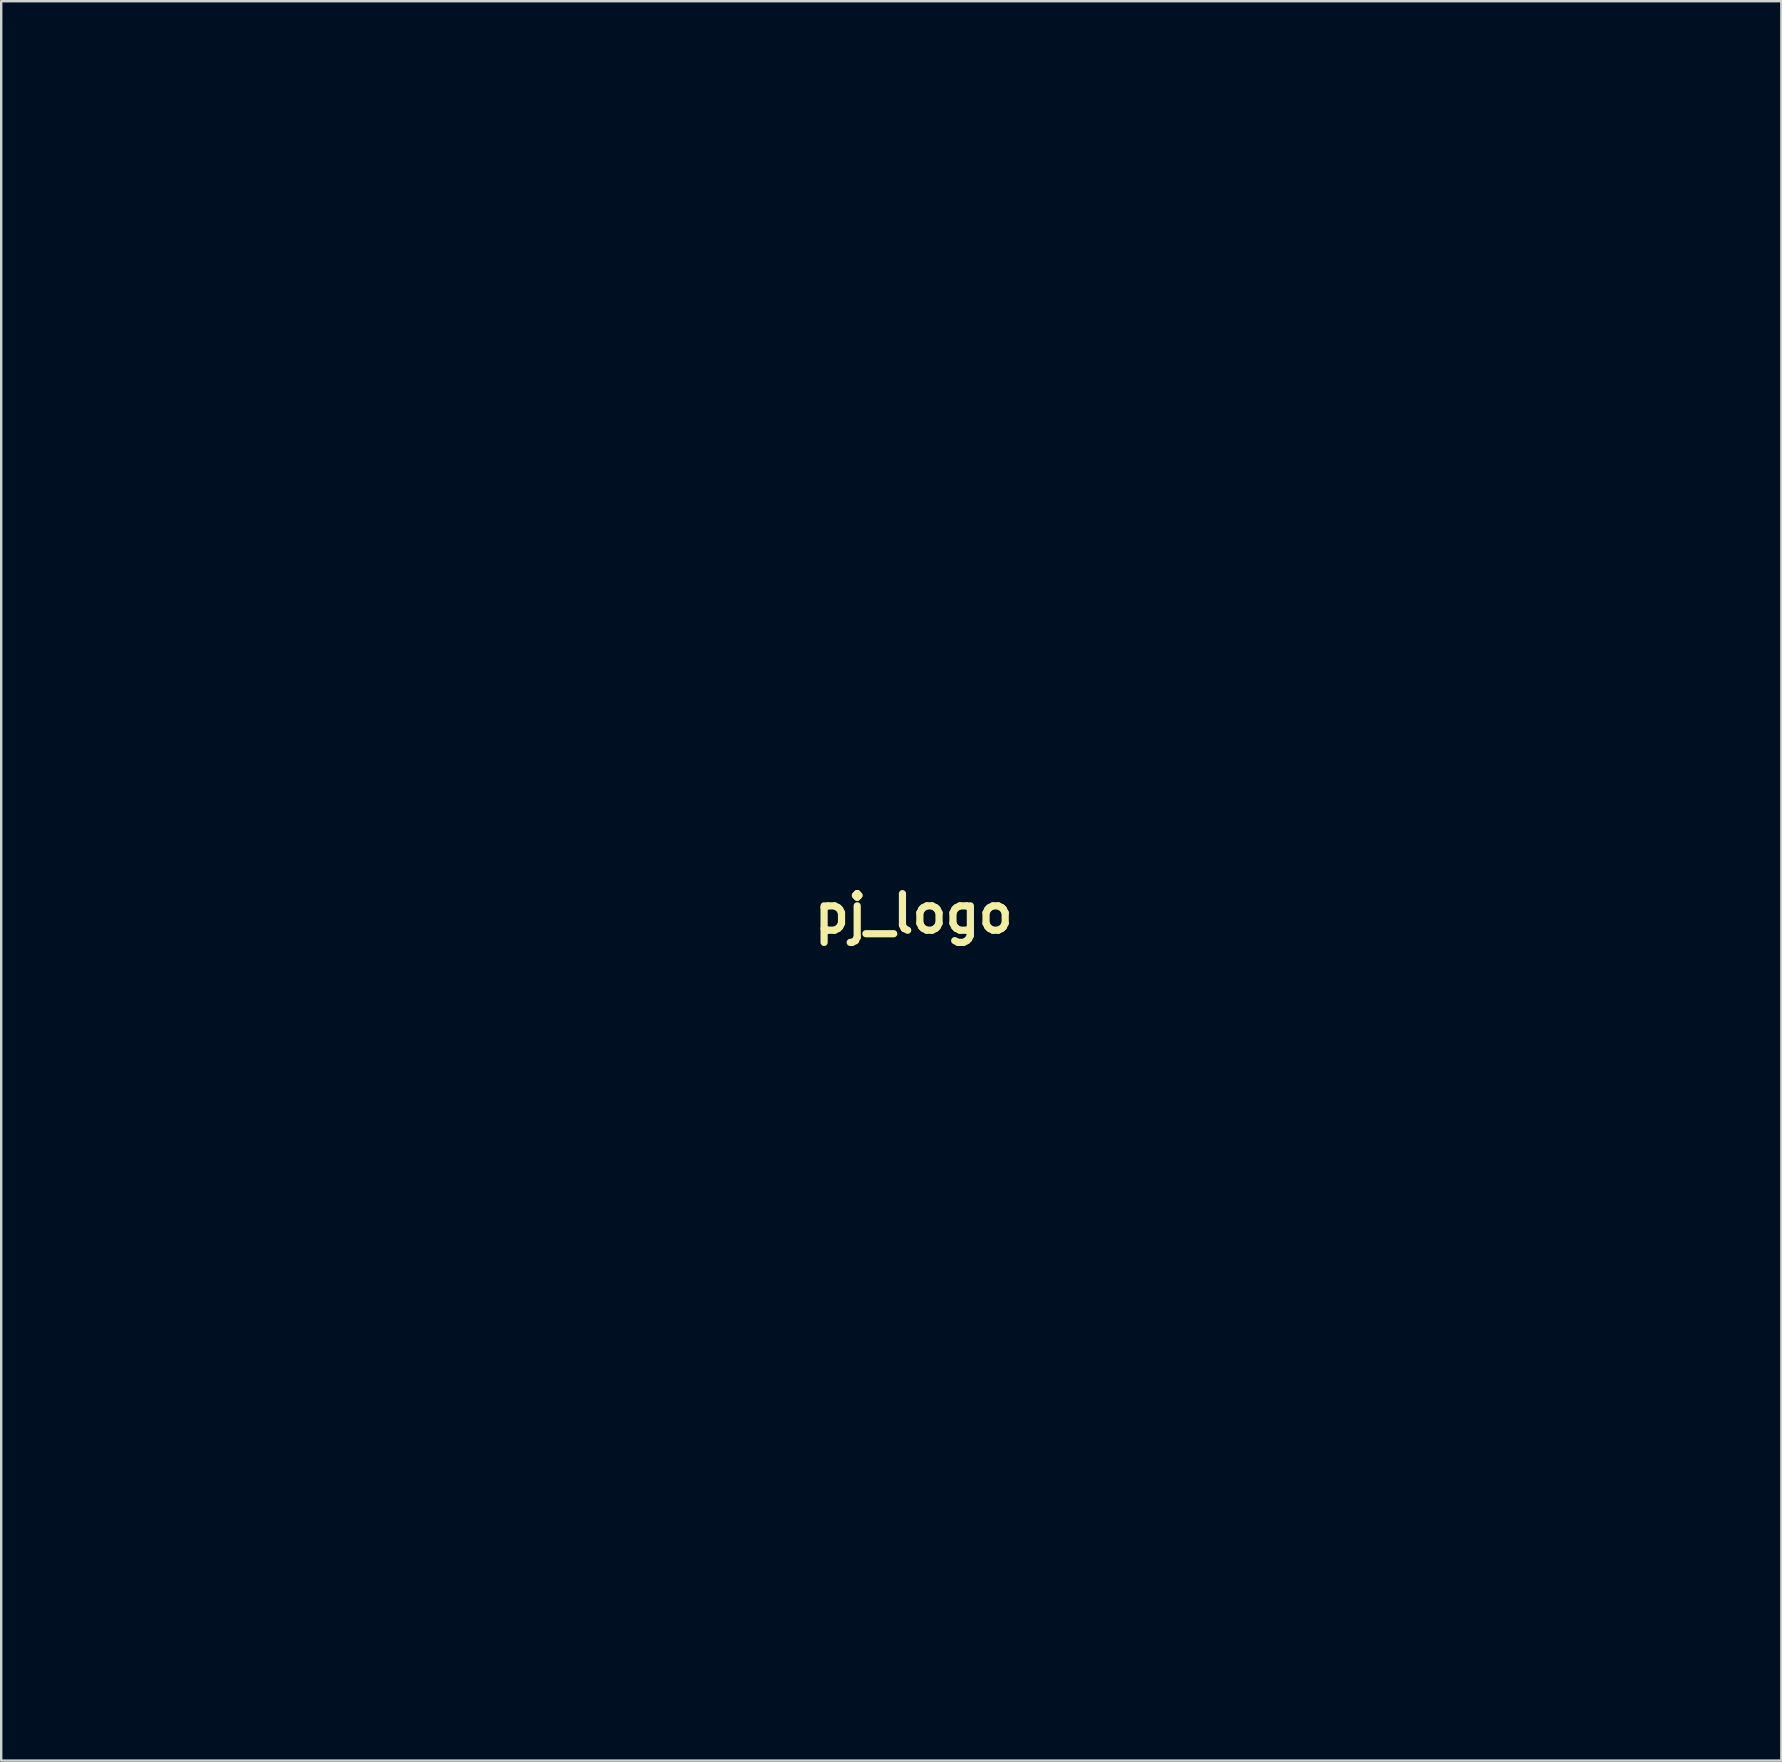
<source format=kicad_pcb>
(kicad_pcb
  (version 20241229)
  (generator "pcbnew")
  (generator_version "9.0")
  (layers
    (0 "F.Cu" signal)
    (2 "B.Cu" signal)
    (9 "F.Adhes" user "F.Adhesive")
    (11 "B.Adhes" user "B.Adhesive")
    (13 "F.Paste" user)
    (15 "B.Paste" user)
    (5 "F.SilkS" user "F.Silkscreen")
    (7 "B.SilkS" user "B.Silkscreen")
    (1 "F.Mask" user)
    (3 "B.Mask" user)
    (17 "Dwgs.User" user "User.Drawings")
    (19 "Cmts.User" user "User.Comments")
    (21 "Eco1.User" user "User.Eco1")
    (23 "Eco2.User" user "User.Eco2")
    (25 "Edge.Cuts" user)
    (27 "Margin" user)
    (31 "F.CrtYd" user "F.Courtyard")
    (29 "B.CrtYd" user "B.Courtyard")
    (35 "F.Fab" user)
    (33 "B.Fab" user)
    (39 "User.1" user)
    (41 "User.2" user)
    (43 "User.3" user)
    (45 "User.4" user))
  (footprint "pj_logo"
    (layer "F.Cu")
    (at 35.034 35.03)
    (property "Reference" "pj_logo" (at 0 0 0) (layer "F.SilkS") (effects (font (size 1.524 1.524) (thickness 0.3))))
    (attr through_hole)
    (fp_poly (pts (xy -23.705 -34.984) (xy -22.64 -34.875) (xy -21.546 -34.722) (xy -20.564 -34.546) (xy -19.839 -34.37) (xy -19.518 -34.225) (xy -19.21 -34.047) (xy -18.565 -33.767) (xy -18.047 -33.566) (xy -17.251 -33.221) (xy -16.669 -32.878) (xy -16.497 -32.711) (xy -16.156 -32.389) (xy -16.015 -32.352) (xy -15.645 -32.212) (xy -15.033 -31.86) (xy -14.763 -31.683) (xy -13.948 -31.25) (xy -13.18 -31.038) (xy -12.59 -31.061) (xy -12.307 -31.335) (xy -12.299 -31.416) (xy -12.428 -31.772) (xy -12.537 -31.817) (xy -12.771 -32.044) (xy -12.949 -32.508) (xy -13.126 -33.041) (xy -13.425 -33.54) (xy -13.963 -34.185) (xy -14.161 -34.405) (xy -14.294 -34.595) (xy -14.219 -34.711) (xy -13.857 -34.762) (xy -13.128 -34.758) (xy -11.954 -34.71) (xy -11.795 -34.702) (xy -10.631 -34.624) (xy -9.673 -34.517) (xy -9.044 -34.399) (xy -8.863 -34.317) (xy -8.533 -34.115) (xy -7.842 -33.836) (xy -7.018 -33.566) (xy -6.166 -33.281) (xy -5.563 -33.019) (xy -5.347 -32.844) (xy -5.135 -32.636) (xy -5.006 -32.619) (xy -4.602 -32.442) (xy -3.94 -31.973) (xy -3.124 -31.305) (xy -2.254 -30.532) (xy -1.434 -29.746) (xy -0.766 -29.04) (xy -0.352 -28.509) (xy -0.267 -28.301) (xy -0.106 -28.157) (xy -0.026 -28.191) (xy 0.214 -28.076) (xy 0.475 -27.595) (xy 0.495 -27.539) (xy 0.768 -26.983) (xy 1.045 -26.737) (xy 1.056 -26.737) (xy 1.308 -26.522) (xy 1.337 -26.355) (xy 1.513 -25.85) (xy 1.695 -25.615) (xy 2.09 -25.094) (xy 2.209 -24.86) (xy 2.337 -24.641) (xy 2.385 -24.932) (xy 2.666 -25.662) (xy 3.361 -26.296) (xy 4.349 -26.764) (xy 5.51 -26.992) (xy 5.833 -27.003) (xy 6.64 -26.939) (xy 7.554 -26.777) (xy 8.39 -26.562) (xy 8.965 -26.336) (xy 9.091 -26.239) (xy 9.394 -26.021) (xy 9.992 -25.681) (xy 10.227 -25.558) (xy 10.847 -25.194) (xy 11.199 -24.893) (xy 11.229 -24.823) (xy 10.985 -24.71) (xy 10.344 -24.628) (xy 9.444 -24.594) (xy 9.425 -24.594) (xy 8.075 -24.558) (xy 7.167 -24.438) (xy 6.611 -24.208) (xy 6.319 -23.841) (xy 6.257 -23.651) (xy 6.204 -23.029) (xy 6.257 -22.196) (xy 6.388 -21.326) (xy 6.568 -20.595) (xy 6.769 -20.176) (xy 6.823 -20.14) (xy 7.176 -20.245) (xy 7.728 -20.619) (xy 7.926 -20.786) (xy 9.206 -21.862) (xy 10.211 -22.561) (xy 11.004 -22.922) (xy 11.474 -22.994) (xy 12.084 -23.175) (xy 12.411 -23.411) (xy 12.956 -23.739) (xy 13.715 -23.972) (xy 13.773 -23.982) (xy 14.44 -24.143) (xy 14.838 -24.339) (xy 14.861 -24.367) (xy 15.212 -24.548) (xy 15.635 -24.598) (xy 16.157 -24.684) (xy 16.354 -24.83) (xy 16.653 -25.083) (xy 17.045 -25.249) (xy 17.504 -25.305) (xy 17.644 -25.011) (xy 17.646 -24.928) (xy 17.59 -24.252) (xy 17.446 -23.405) (xy 17.252 -22.546) (xy 17.045 -21.835) (xy 16.864 -21.43) (xy 16.807 -21.389) (xy 16.618 -21.166) (xy 16.577 -20.874) (xy 16.395 -20.261) (xy 16.176 -19.957) (xy 15.85 -19.552) (xy 15.775 -19.367) (xy 15.564 -18.993) (xy 15.045 -18.515) (xy 14.392 -18.066) (xy 13.776 -17.779) (xy 13.691 -17.757) (xy 12.79 -17.547) (xy 12.314 -17.384) (xy 12.164 -17.207) (xy 12.24 -16.956) (xy 12.278 -16.883) (xy 12.687 -16.432) (xy 13.281 -16.032) (xy 13.916 -15.671) (xy 14.344 -15.374) (xy 14.729 -15.054) (xy 15.349 -14.555) (xy 15.664 -14.304) (xy 16.49 -13.61) (xy 17.282 -12.879) (xy 17.937 -12.213) (xy 18.353 -11.714) (xy 18.448 -11.519) (xy 18.658 -11.262) (xy 19.117 -10.962) (xy 19.605 -10.59) (xy 19.785 -10.258) (xy 19.996 -9.87) (xy 20.32 -9.625) (xy 20.743 -9.298) (xy 20.855 -9.081) (xy 21.012 -8.737) (xy 21.37 -8.314) (xy 21.757 -7.986) (xy 22.004 -7.922) (xy 22.149 -7.795) (xy 22.298 -7.365) (xy 22.515 -6.858) (xy 22.738 -6.684) (xy 23.022 -6.463) (xy 23.261 -6.016) (xy 23.53 -5.52) (xy 23.76 -5.347) (xy 24.001 -5.121) (xy 24.173 -4.679) (xy 24.388 -4.178) (xy 24.603 -4.011) (xy 24.837 -3.795) (xy 24.865 -3.619) (xy 25.078 -3.193) (xy 25.4 -2.941) (xy 25.825 -2.576) (xy 25.935 -2.306) (xy 26.166 -2.017) (xy 26.746 -1.702) (xy 27.033 -1.595) (xy 27.74 -1.296) (xy 28.198 -0.98) (xy 28.264 -0.884) (xy 28.585 -0.563) (xy 28.722 -0.535) (xy 29.093 -0.368) (xy 29.689 0.058) (xy 30.097 0.401) (xy 30.725 0.929) (xy 31.197 1.268) (xy 31.349 1.337) (xy 31.535 1.55) (xy 31.549 1.678) (xy 31.736 2.097) (xy 32.084 2.478) (xy 32.498 3.081) (xy 32.619 3.607) (xy 32.71 4.111) (xy 32.886 4.278) (xy 33.026 4.523) (xy 33.122 5.174) (xy 33.154 6.016) (xy 33.116 6.924) (xy 33.016 7.546) (xy 32.886 7.754) (xy 32.683 7.982) (xy 32.619 8.403) (xy 32.482 9.057) (xy 32.27 9.406) (xy 31.871 9.965) (xy 31.731 10.26) (xy 31.525 10.569) (xy 31.125 10.66) (xy 30.417 10.582) (xy 29.69 10.427) (xy 29.219 10.255) (xy 29.151 10.2) (xy 28.839 9.973) (xy 28.222 9.64) (xy 27.94 9.505) (xy 27.232 9.137) (xy 26.739 8.804) (xy 26.652 8.717) (xy 26.553 8.708) (xy 26.622 9.091) (xy 26.844 9.651) (xy 27.036 9.906) (xy 27.226 10.247) (xy 27.389 10.886) (xy 27.404 10.975) (xy 27.457 11.488) (xy 27.413 11.61) (xy 27.386 11.564) (xy 27.021 11.297) (xy 26.629 11.229) (xy 25.819 11.111) (xy 24.817 10.809) (xy 23.84 10.406) (xy 23.105 9.982) (xy 22.956 9.855) (xy 22.439 9.476) (xy 22.071 9.358) (xy 21.598 9.153) (xy 21.47 9.001) (xy 21.121 8.692) (xy 20.455 8.278) (xy 19.919 7.999) (xy 19.142 7.589) (xy 18.571 7.223) (xy 18.388 7.054) (xy 18.02 6.748) (xy 17.401 6.426) (xy 17.385 6.419) (xy 16.831 6.127) (xy 16.578 5.868) (xy 16.577 5.853) (xy 16.355 5.611) (xy 15.804 5.303) (xy 15.641 5.231) (xy 15.037 4.919) (xy 14.719 4.637) (xy 14.705 4.588) (xy 14.48 4.336) (xy 14.098 4.184) (xy 13.42 3.881) (xy 12.962 3.551) (xy 12.089 2.834) (xy 11.329 2.454) (xy 10.468 2.345) (xy 9.358 2.432) (xy 8.473 2.489) (xy 7.347 2.488) (xy 6.104 2.438) (xy 4.869 2.349) (xy 3.766 2.23) (xy 2.918 2.091) (xy 2.451 1.941) (xy 2.409 1.904) (xy 2.1 1.734) (xy 1.426 1.479) (xy 0.602 1.215) (xy -0.251 0.931) (xy -0.853 0.675) (xy -1.069 0.508) (xy -1.277 0.244) (xy -1.785 -0.124) (xy -1.872 -0.176) (xy -2.411 -0.582) (xy -2.67 -0.946) (xy -2.674 -0.98) (xy -2.881 -1.37) (xy -3.142 -1.572) (xy -3.378 -1.793) (xy -3.521 -2.207) (xy -3.591 -2.927) (xy -3.609 -4.067) (xy -3.609 -4.078) (xy -3.585 -5.272) (xy -3.497 -6.056) (xy -3.325 -6.549) (xy -3.142 -6.789) (xy -2.778 -7.279) (xy -2.674 -7.594) (xy -2.461 -7.954) (xy -2.005 -8.288) (xy -1.52 -8.617) (xy -1.337 -8.865) (xy -1.109 -9.104) (xy -0.55 -9.403) (xy -0.359 -9.478) (xy 9.603 -9.478) (xy 9.81 -8.669) (xy 10.227 -8.201) (xy 10.974 -7.907) (xy 11.977 -7.779) (xy 12.979 -7.83) (xy 13.653 -8.03) (xy 14.072 -8.464) (xy 14.171 -8.81) (xy 14.327 -9.309) (xy 14.505 -9.469) (xy 14.701 -9.645) (xy 14.505 -9.781) (xy 14.212 -10.152) (xy 14.171 -10.39) (xy 13.94 -11.036) (xy 13.34 -11.49) (xy 12.512 -11.726) (xy 11.596 -11.716) (xy 10.732 -11.434) (xy 10.307 -11.132) (xy 9.771 -10.356) (xy 9.603 -9.478) (xy -0.359 -9.478) (xy 0.156 -9.681) (xy 0.823 -9.863) (xy 1.102 -9.893) (xy 1.548 -9.979) (xy 1.557 -10.177) (xy 1.185 -10.391) (xy 0.735 -10.5) (xy -0.062 -10.56) (xy -0.98 -10.541) (xy -1.84 -10.458) (xy -2.465 -10.327) (xy -2.663 -10.218) (xy -2.983 -9.971) (xy -3.557 -9.639) (xy -3.577 -9.628) (xy -4.216 -9.157) (xy -4.623 -8.626) (xy -4.911 -8.165) (xy -5.12 -8.021) (xy -5.296 -7.785) (xy -5.467 -7.195) (xy -5.512 -6.952) (xy -5.664 -6.283) (xy -5.835 -5.91) (xy -5.885 -5.882) (xy -6.026 -5.641) (xy -6.177 -5.02) (xy -6.272 -4.412) (xy -6.413 -3.607) (xy -6.584 -3.073) (xy -6.703 -2.941) (xy -6.908 -2.718) (xy -6.952 -2.425) (xy -7.134 -1.798) (xy -7.317 -1.544) (xy -7.699 -0.988) (xy -7.87 -0.589) (xy -8.11 -0.129) (xy -8.306 0) (xy -8.533 0.215) (xy -8.556 0.37) (xy -8.76 0.772) (xy -9.216 1.173) (xy -9.827 1.637) (xy -10.549 2.269) (xy -10.765 2.474) (xy -11.568 3.151) (xy -12.448 3.744) (xy -12.644 3.852) (xy -13.261 4.226) (xy -13.608 4.548) (xy -13.636 4.624) (xy -13.834 4.988) (xy -14.342 5.532) (xy -15.032 6.132) (xy -15.655 6.584) (xy -16.18 7.054) (xy -16.437 7.467) (xy -16.773 7.938) (xy -17.25 8.291) (xy -17.736 8.668) (xy -17.914 9.01) (xy -18.129 9.416) (xy -18.315 9.529) (xy -18.669 9.832) (xy -18.716 9.996) (xy -18.901 10.391) (xy -19.251 10.766) (xy -19.657 11.248) (xy -19.785 11.606) (xy -19.984 12.021) (xy -20.119 12.099) (xy -20.238 12.393) (xy -20.33 13.115) (xy -20.396 14.16) (xy -20.435 15.421) (xy -20.449 16.793) (xy -20.435 18.17) (xy -20.396 19.447) (xy -20.33 20.517) (xy -20.238 21.275) (xy -20.12 21.615) (xy -20.117 21.617) (xy -19.974 21.945) (xy -19.827 22.683) (xy -19.697 23.703) (xy -19.636 24.4) (xy -19.533 25.506) (xy -19.409 26.378) (xy -19.285 26.903) (xy -19.214 27.004) (xy -19.117 27.253) (xy -19.04 27.923) (xy -18.993 28.901) (xy -18.983 29.678) (xy -18.991 30.941) (xy -19.046 31.747) (xy -19.197 32.172) (xy -19.491 32.293) (xy -19.979 32.188) (xy -20.454 32.023) (xy -21.053 31.772) (xy -21.387 31.566) (xy -21.389 31.562) (xy -21.696 31.352) (xy -22.308 31.03) (xy -22.593 30.894) (xy -23.275 30.556) (xy -23.723 30.289) (xy -23.796 30.226) (xy -24.102 30.016) (xy -24.715 29.693) (xy -24.999 29.559) (xy -25.707 29.175) (xy -26.198 28.806) (xy -26.282 28.704) (xy -26.658 28.378) (xy -26.824 28.341) (xy -27.217 28.175) (xy -27.793 27.76) (xy -27.973 27.606) (xy -28.722 26.954) (xy -29.572 26.242) (xy -29.785 26.068) (xy -30.609 25.388) (xy -31.429 24.691) (xy -31.612 24.531) (xy -32.183 24.072) (xy -32.595 23.815) (xy -32.667 23.796) (xy -32.868 23.582) (xy -32.886 23.44) (xy -33.075 23.074) (xy -33.558 22.524) (xy -33.958 22.15) (xy -35.029 21.217) (xy -34.96 1.194) (xy -34.892 -18.829) (xy -34.023 -19.079) (xy -33.437 -19.296) (xy -33.158 -19.495) (xy -33.154 -19.514) (xy -32.919 -19.682) (xy -32.307 -19.935) (xy -31.549 -20.186) (xy -30.717 -20.468) (xy -30.137 -20.721) (xy -29.945 -20.874) (xy -29.704 -21.024) (xy -29.065 -21.243) (xy -28.15 -21.49) (xy -27.873 -21.556) (xy -26.885 -21.802) (xy -26.115 -22.026) (xy -25.7 -22.188) (xy -25.667 -22.214) (xy -25.352 -22.331) (xy -24.623 -22.486) (xy -23.601 -22.662) (xy -22.403 -22.842) (xy -21.15 -23.009) (xy -19.961 -23.145) (xy -18.954 -23.235) (xy -18.333 -23.261) (xy -17.609 -23.313) (xy -17.171 -23.446) (xy -17.112 -23.528) (xy -16.861 -23.613) (xy -16.172 -23.682) (xy -15.144 -23.735) (xy -13.874 -23.772) (xy -12.458 -23.793) (xy -10.995 -23.797) (xy -9.582 -23.784) (xy -8.315 -23.753) (xy -7.293 -23.705) (xy -6.613 -23.639) (xy -6.372 -23.562) (xy -6.082 -23.428) (xy -5.397 -23.285) (xy -4.454 -23.162) (xy -4.278 -23.145) (xy -2.537 -22.945) (xy -1.149 -22.7) (xy -0.173 -22.424) (xy 0.332 -22.131) (xy 0.348 -22.11) (xy 0.505 -21.961) (xy 0.472 -22.175) (xy 0.174 -22.482) (xy -0.461 -22.816) (xy -0.819 -22.95) (xy -1.556 -23.228) (xy -2.055 -23.481) (xy -2.153 -23.565) (xy -2.466 -23.718) (xy -3.174 -23.93) (xy -4.146 -24.166) (xy -4.559 -24.254) (xy -5.596 -24.485) (xy -6.416 -24.699) (xy -6.89 -24.862) (xy -6.953 -24.903) (xy -7.282 -25.055) (xy -7.933 -25.205) (xy -8.157 -25.241) (xy -9.954 -25.496) (xy -11.331 -25.68) (xy -12.394 -25.804) (xy -13.25 -25.88) (xy -14.006 -25.918) (xy -14.771 -25.929) (xy -14.772 -25.929) (xy -15.703 -25.969) (xy -16.346 -26.068) (xy -16.577 -26.202) (xy -16.814 -26.37) (xy -17.407 -26.463) (xy -17.646 -26.469) (xy -18.316 -26.41) (xy -18.689 -26.262) (xy -18.716 -26.202) (xy -18.958 -26.058) (xy -19.586 -25.961) (xy -20.253 -25.933) (xy -21.19 -25.895) (xy -22.346 -25.792) (xy -23.601 -25.643) (xy -24.836 -25.466) (xy -25.929 -25.277) (xy -26.763 -25.096) (xy -27.215 -24.938) (xy -27.257 -24.902) (xy -27.572 -24.741) (xy -28.274 -24.517) (xy -29.227 -24.273) (xy -29.477 -24.217) (xy -30.445 -23.98) (xy -31.171 -23.757) (xy -31.531 -23.59) (xy -31.549 -23.559) (xy -31.783 -23.38) (xy -32.39 -23.117) (xy -33.087 -22.876) (xy -33.941 -22.571) (xy -34.578 -22.273) (xy -34.821 -22.092) (xy -34.886 -22.241) (xy -34.943 -22.844) (xy -34.987 -23.821) (xy -35.014 -25.091) (xy -35.021 -26.171) (xy -35.02 -27.794) (xy -35.007 -28.969) (xy -34.969 -29.785) (xy -34.894 -30.327) (xy -34.771 -30.685) (xy -34.588 -30.944) (xy -34.343 -31.185) (xy -33.622 -31.649) (xy -32.688 -31.813) (xy -32.471 -31.817) (xy -31.759 -31.774) (xy -31.334 -31.667) (xy -31.282 -31.605) (xy -31.05 -31.412) (xy -30.45 -31.131) (xy -29.812 -30.893) (xy -29.022 -30.596) (xy -28.488 -30.341) (xy -28.341 -30.212) (xy -28.095 -29.953) (xy -27.443 -29.724) (xy -26.513 -29.548) (xy -25.434 -29.45) (xy -24.371 -29.454) (xy -23.275 -29.55) (xy -22.564 -29.715) (xy -22.09 -29.991) (xy -21.932 -30.143) (xy -21.545 -30.605) (xy -21.389 -30.881) (xy -21.622 -31.31) (xy -22.222 -31.786) (xy -23.044 -32.208) (xy -23.528 -32.378) (xy -24.273 -32.626) (xy -24.775 -32.852) (xy -24.875 -32.93) (xy -25.19 -33.053) (xy -25.901 -33.201) (xy -26.868 -33.345) (xy -27.147 -33.378) (xy -28.193 -33.518) (xy -28.735 -33.643) (xy -28.805 -33.762) (xy -28.675 -33.821) (xy -28.21 -34.045) (xy -28.074 -34.212) (xy -27.831 -34.438) (xy -27.197 -34.666) (xy -26.317 -34.861) (xy -25.333 -34.991) (xy -24.598 -35.025) (xy -23.705 -34.984)) (stroke (width 0.01) (type solid)) (fill no) (layer "Eco2.User")))
  (gr_rect
    (start -3 -3)
    (end 71.192 70.328)
    (stroke (width 0.1) (type default))
    (fill no)
    (layer "Edge.Cuts")))
</source>
